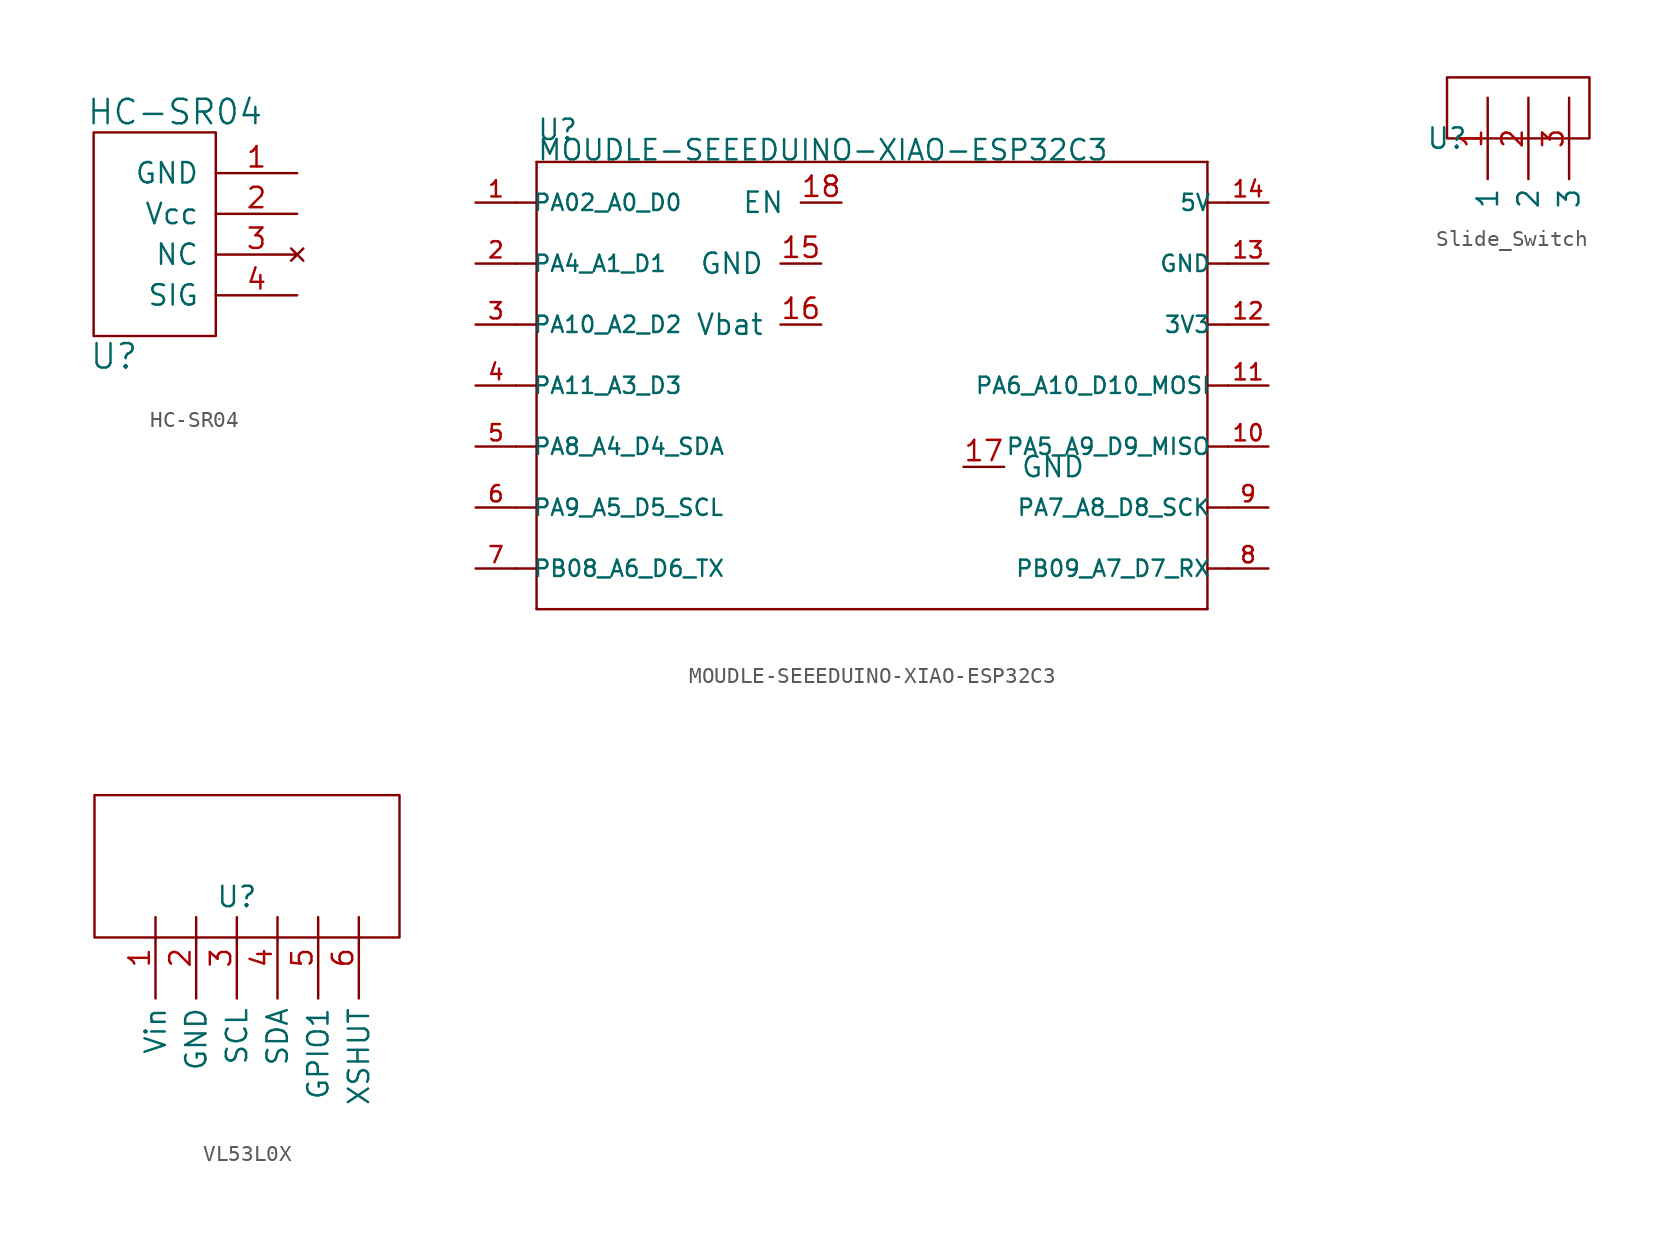
<source format=kicad_sym>
(kicad_symbol_lib
  (version 20220914)
  (generator kicad_symbol_editor)
  (symbol "HC-SR04"
    (pin_names
      (offset 1.016))
    (property "Reference" "U"
      (at -6.35 -7.62 0)
      (effects (font (size 1.524 1.524))))
    (property "Value" "HC-SR04"
      (at -2.54 7.62 0)
      (effects (font (size 1.524 1.524))))
    (property "Footprint" ""
      (at 0 0 0)
      (effects (font (size 1.524 1.524))))
    (property "Datasheet" ""
      (at 0 0 0)
      (effects (font (size 1.524 1.524))))
    (symbol "HC-SR04_0_1"
      (rectangle (start 0 6.35) (end -7.62 -6.35) (stroke (width 0) (type solid)) (fill (type none))))
    (symbol "HC-SR04_1_1"
      (pin passive line (at 5.08 3.81 180) (length 5.08) (name "GND" (effects (font (size 1.27 1.27)))) (number "1" (effects (font (size 1.27 1.27)))))
      (pin power_in line (at 5.08 1.27 180) (length 5.08) (name "Vcc" (effects (font (size 1.27 1.27)))) (number "2" (effects (font (size 1.27 1.27)))))
      (pin no_connect line (at 5.08 -1.27 180) (length 5.08) (name "NC" (effects (font (size 1.27 1.27)))) (number "3" (effects (font (size 1.27 1.27)))))
      (pin bidirectional line (at 5.08 -3.81 180) (length 5.08) (name "SIG" (effects (font (size 1.27 1.27)))) (number "4" (effects (font (size 1.27 1.27)))))))
  (symbol "MOUDLE-SEEEDUINO-XIAO-ESP32C3"
    (pin_names
      (offset 1.016))
    (property "Reference" "U"
      (at -21.59 15.24 0)
      (effects (font (size 1.27 1.27)) (justify left bottom)))
    (property "Value" "MOUDLE-SEEEDUINO-XIAO-ESP32C3"
      (at -21.59 13.97 0)
      (effects (font (size 1.27 1.27)) (justify left bottom)))
    (symbol "MOUDLE-SEEEDUINO-XIAO-ESP32C3_0_0"
      (polyline (pts (xy -21.59 -13.97) (xy -21.59 0)) (stroke (width 0.152) (type default)) (fill (type none)))
      (polyline (pts (xy -21.59 -11.43) (xy -22.86 -11.43)) (stroke (width 0.152) (type default)) (fill (type none)))
      (polyline (pts (xy -21.59 -7.62) (xy -22.86 -7.62)) (stroke (width 0.152) (type default)) (fill (type none)))
      (polyline (pts (xy -21.59 -3.81) (xy -22.86 -3.81)) (stroke (width 0.152) (type default)) (fill (type none)))
      (polyline (pts (xy -21.59 0) (xy -22.86 0)) (stroke (width 0.152) (type default)) (fill (type none)))
      (polyline (pts (xy -21.59 0) (xy -21.59 3.81)) (stroke (width 0.152) (type default)) (fill (type none)))
      (polyline (pts (xy -21.59 3.81) (xy -22.86 3.81)) (stroke (width 0.152) (type default)) (fill (type none)))
      (polyline (pts (xy -21.59 3.81) (xy -21.59 7.62)) (stroke (width 0.152) (type default)) (fill (type none)))
      (polyline (pts (xy -21.59 7.62) (xy -22.86 7.62)) (stroke (width 0.152) (type default)) (fill (type none)))
      (polyline (pts (xy -21.59 7.62) (xy -21.59 11.43)) (stroke (width 0.152) (type default)) (fill (type none)))
      (polyline (pts (xy -21.59 11.43) (xy -22.86 11.43)) (stroke (width 0.152) (type default)) (fill (type none)))
      (polyline (pts (xy -21.59 11.43) (xy -21.59 13.97)) (stroke (width 0.152) (type default)) (fill (type none)))
      (polyline (pts (xy -21.59 13.97) (xy 20.32 13.97)) (stroke (width 0.152) (type default)) (fill (type none)))
      (polyline (pts (xy 20.32 -13.97) (xy -21.59 -13.97)) (stroke (width 0.152) (type default)) (fill (type none)))
      (polyline (pts (xy 20.32 3.81) (xy 20.32 -13.97)) (stroke (width 0.152) (type default)) (fill (type none)))
      (polyline (pts (xy 20.32 7.62) (xy 20.32 3.81)) (stroke (width 0.152) (type default)) (fill (type none)))
      (polyline (pts (xy 20.32 11.43) (xy 20.32 7.62)) (stroke (width 0.152) (type default)) (fill (type none)))
      (polyline (pts (xy 20.32 13.97) (xy 20.32 11.43)) (stroke (width 0.152) (type default)) (fill (type none)))
      (polyline (pts (xy 21.59 -11.43) (xy 20.32 -11.43)) (stroke (width 0.152) (type default)) (fill (type none)))
      (polyline (pts (xy 21.59 -7.62) (xy 20.32 -7.62)) (stroke (width 0.152) (type default)) (fill (type none)))
      (polyline (pts (xy 21.59 -3.81) (xy 20.32 -3.81)) (stroke (width 0.152) (type default)) (fill (type none)))
      (polyline (pts (xy 21.59 0) (xy 20.32 0)) (stroke (width 0.152) (type default)) (fill (type none)))
      (polyline (pts (xy 21.59 3.81) (xy 20.32 3.81)) (stroke (width 0.152) (type default)) (fill (type none)))
      (polyline (pts (xy 21.59 7.62) (xy 20.32 7.62)) (stroke (width 0.152) (type default)) (fill (type none)))
      (polyline (pts (xy 21.59 11.43) (xy 20.32 11.43)) (stroke (width 0.152) (type default)) (fill (type none)))
      (pin bidirectional line (at -25.4 11.43 0) (length 2.54) (name "PA02_A0_D0" (effects (font (size 1.016 1.016)))) (number "1" (effects (font (size 1.016 1.016)))))
      (pin bidirectional line (at 24.13 -3.81 180) (length 2.54) (name "PA5_A9_D9_MISO" (effects (font (size 1.016 1.016)))) (number "10" (effects (font (size 1.016 1.016)))))
      (pin bidirectional line (at 24.13 0 180) (length 2.54) (name "PA6_A10_D10_MOSI" (effects (font (size 1.016 1.016)))) (number "11" (effects (font (size 1.016 1.016)))))
      (pin bidirectional line (at 24.13 3.81 180) (length 2.54) (name "3V3" (effects (font (size 1.016 1.016)))) (number "12" (effects (font (size 1.016 1.016)))))
      (pin bidirectional line (at 24.13 7.62 180) (length 2.54) (name "GND" (effects (font (size 1.016 1.016)))) (number "13" (effects (font (size 1.016 1.016)))))
      (pin bidirectional line (at 24.13 11.43 180) (length 2.54) (name "5V" (effects (font (size 1.016 1.016)))) (number "14" (effects (font (size 1.016 1.016)))))
      (pin bidirectional line (at -25.4 7.62 0) (length 2.54) (name "PA4_A1_D1" (effects (font (size 1.016 1.016)))) (number "2" (effects (font (size 1.016 1.016)))))
      (pin bidirectional line (at -25.4 3.81 0) (length 2.54) (name "PA10_A2_D2" (effects (font (size 1.016 1.016)))) (number "3" (effects (font (size 1.016 1.016)))))
      (pin bidirectional line (at -25.4 0 0) (length 2.54) (name "PA11_A3_D3" (effects (font (size 1.016 1.016)))) (number "4" (effects (font (size 1.016 1.016)))))
      (pin bidirectional line (at -25.4 -3.81 0) (length 2.54) (name "PA8_A4_D4_SDA" (effects (font (size 1.016 1.016)))) (number "5" (effects (font (size 1.016 1.016)))))
      (pin bidirectional line (at -25.4 -7.62 0) (length 2.54) (name "PA9_A5_D5_SCL" (effects (font (size 1.016 1.016)))) (number "6" (effects (font (size 1.016 1.016)))))
      (pin bidirectional line (at -25.4 -11.43 0) (length 2.54) (name "PB08_A6_D6_TX" (effects (font (size 1.016 1.016)))) (number "7" (effects (font (size 1.016 1.016)))))
      (pin bidirectional line (at 24.13 -11.43 180) (length 2.54) (name "PB09_A7_D7_RX" (effects (font (size 1.016 1.016)))) (number "8" (effects (font (size 1.016 1.016)))))
      (pin bidirectional line (at 24.13 -7.62 180) (length 2.54) (name "PA7_A8_D8_SCK" (effects (font (size 1.016 1.016)))) (number "9" (effects (font (size 1.016 1.016))))))
    (symbol "MOUDLE-SEEEDUINO-XIAO-ESP32C3_1_1"
      (pin passive line (at -3.81 7.62 180) (length 2.54) (name "GND" (effects (font (size 1.27 1.27)))) (number "15" (effects (font (size 1.27 1.27)))))
      (pin bidirectional line (at -3.81 3.81 180) (length 2.54) (name "Vbat" (effects (font (size 1.27 1.27)))) (number "16" (effects (font (size 1.27 1.27)))))
      (pin passive line (at 5.08 -5.08 0) (length 2.54) (name "GND" (effects (font (size 1.27 1.27)))) (number "17" (effects (font (size 1.27 1.27)))))
      (pin input line (at -2.54 11.43 180) (length 2.54) (name "EN" (effects (font (size 1.27 1.27)))) (number "18" (effects (font (size 1.27 1.27)))))))
  (symbol "Slide_Switch"
    (property "Reference" "U"
      (at 0 0 0)
      (effects (font (size 1.27 1.27))))
    (property "Value" ""
      (at 0 0 0)
      (effects (font (size 1.27 1.27))))
    (symbol "Slide_Switch_0_1"
      (rectangle (start 0 3.81) (end 8.89 0) (stroke (width 0) (type default)) (fill (type none))))
    (symbol "Slide_Switch_1_1"
      (pin passive line (at 2.54 2.54 270) (length 5.08) (name "1" (effects (font (size 1.27 1.27)))) (number "1" (effects (font (size 1.27 1.27)))))
      (pin passive line (at 5.08 2.54 270) (length 5.08) (name "2" (effects (font (size 1.27 1.27)))) (number "2" (effects (font (size 1.27 1.27)))))
      (pin passive line (at 7.62 2.54 270) (length 5.08) (name "3" (effects (font (size 1.27 1.27)))) (number "3" (effects (font (size 1.27 1.27)))))))
  (symbol "VL53L0X"
    (property "Reference" "U"
      (at 0 0 0)
      (effects (font (size 1.27 1.27))))
    (property "Value" ""
      (at 0 0 0)
      (effects (font (size 1.27 1.27))))
    (property "ki_locked" ""
      (at 0 0 0)
      (effects (font (size 1.27 1.27))))
    (symbol "VL53L0X_1_1"
      (rectangle (start -8.89 6.35) (end 10.16 -2.54) (stroke (width 0) (type default)) (fill (type none)))
      (pin power_in line (at -5.08 -1.27 270) (length 5.08) (name "Vin" (effects (font (size 1.27 1.27)))) (number "1" (effects (font (size 1.27 1.27)))))
      (pin passive line (at -2.54 -1.27 270) (length 5.08) (name "GND" (effects (font (size 1.27 1.27)))) (number "2" (effects (font (size 1.27 1.27)))))
      (pin bidirectional line (at 0 -1.27 270) (length 5.08) (name "SCL" (effects (font (size 1.27 1.27)))) (number "3" (effects (font (size 1.27 1.27)))))
      (pin bidirectional line (at 2.54 -1.27 270) (length 5.08) (name "SDA" (effects (font (size 1.27 1.27)))) (number "4" (effects (font (size 1.27 1.27)))))
      (pin bidirectional line (at 5.08 -1.27 270) (length 5.08) (name "GPIO1" (effects (font (size 1.27 1.27)))) (number "5" (effects (font (size 1.27 1.27)))))
      (pin passive line (at 7.62 -1.27 270) (length 5.08) (name "XSHUT" (effects (font (size 1.27 1.27)))) (number "6" (effects (font (size 1.27 1.27))))))))
</source>
